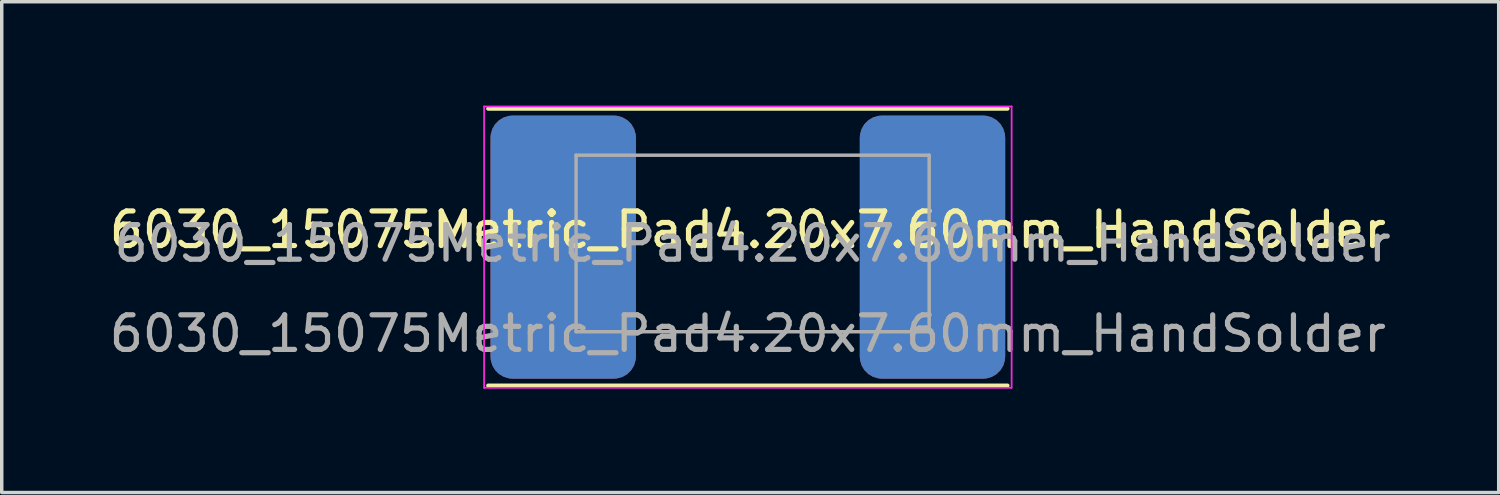
<source format=kicad_pcb>
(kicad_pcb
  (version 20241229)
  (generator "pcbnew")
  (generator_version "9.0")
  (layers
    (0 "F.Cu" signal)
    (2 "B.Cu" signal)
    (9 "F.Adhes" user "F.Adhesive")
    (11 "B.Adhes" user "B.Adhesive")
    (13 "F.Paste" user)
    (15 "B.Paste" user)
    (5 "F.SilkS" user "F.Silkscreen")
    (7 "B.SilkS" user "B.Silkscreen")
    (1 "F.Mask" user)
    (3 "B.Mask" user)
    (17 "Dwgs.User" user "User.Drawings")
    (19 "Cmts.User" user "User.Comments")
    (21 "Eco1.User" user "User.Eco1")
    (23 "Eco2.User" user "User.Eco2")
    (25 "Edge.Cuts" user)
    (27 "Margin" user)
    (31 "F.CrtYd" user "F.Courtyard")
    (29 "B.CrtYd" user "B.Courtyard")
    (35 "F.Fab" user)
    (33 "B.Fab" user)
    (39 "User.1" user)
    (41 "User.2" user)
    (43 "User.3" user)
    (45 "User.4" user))
  (footprint "6030_15075Metric_Pad4.20x7.60mm_HandSolder"
    (layer "F.Cu")
    (at 18.554 4.089)
    (property "Reference" "6030_15075Metric_Pad4.20x7.60mm_HandSolder" (at 0 -0.5 0) (unlocked yes) (layer "F.SilkS") (effects (font (size 1 1) (thickness 0.15))))
    (attr smd)
    (fp_line (start -7.5 -4) (end 7.5 -4) (stroke (width 0.12) (type solid)) (layer "F.SilkS"))
    (fp_line (start -7.5 4) (end 7.5 4) (stroke (width 0.12) (type solid)) (layer "F.SilkS"))
    (fp_line (start -7.62 -4.064) (end 7.62 -4.064) (stroke (width 0.05) (type solid)) (layer "F.CrtYd"))
    (fp_line (start -7.62 4.064) (end -7.62 -4.064) (stroke (width 0.05) (type solid)) (layer "F.CrtYd"))
    (fp_line (start 7.62 -4.064) (end 7.62 4.064) (stroke (width 0.05) (type solid)) (layer "F.CrtYd"))
    (fp_line (start 7.62 4.064) (end -7.62 4.064) (stroke (width 0.05) (type solid)) (layer "F.CrtYd"))
    (fp_line (start -4.962 -2.656) (end 5.238 -2.656) (stroke (width 0.1) (type solid)) (layer "F.Fab"))
    (fp_line (start -4.962 2.444) (end -4.962 -2.656) (stroke (width 0.1) (type solid)) (layer "F.Fab"))
    (fp_line (start 5.238 -2.656) (end 5.238 2.444) (stroke (width 0.1) (type solid)) (layer "F.Fab"))
    (fp_line (start 5.238 2.444) (end -4.962 2.444) (stroke (width 0.1) (type solid)) (layer "F.Fab"))
    (fp_text user "${REFERENCE}" (at 0 2.5 0) (unlocked yes) (layer "F.Fab") (effects (font (size 1 1) (thickness 0.15))))
    (fp_text user "${REFERENCE}" (at 0.138 -0.106 0) (layer "F.Fab") (effects (font (size 1 1) (thickness 0.15))))
    (pad "1" smd roundrect (at -5.334 0) (size 4.2 7.6) (layers "F.Cu" "F.Mask" "F.Paste") (roundrect_rratio 0.152))
    (pad "1" smd roundrect (at -5.334 0 180) (size 4.2 7.6) (layers "B.Cu" "B.Mask" "B.Paste") (roundrect_rratio 0.152))
    (pad "2" smd roundrect (at 5.334 0) (size 4.2 7.6) (layers "F.Cu" "F.Mask" "F.Paste") (roundrect_rratio 0.152))
    (pad "2" smd roundrect (at 5.334 0 180) (size 4.2 7.6) (layers "B.Cu" "B.Mask" "B.Paste") (roundrect_rratio 0.152)))
  (gr_rect
    (start -3 -3)
    (end 40.245 11.178)
    (stroke (width 0.1) (type default))
    (fill no)
    (layer "Edge.Cuts")))
</source>
